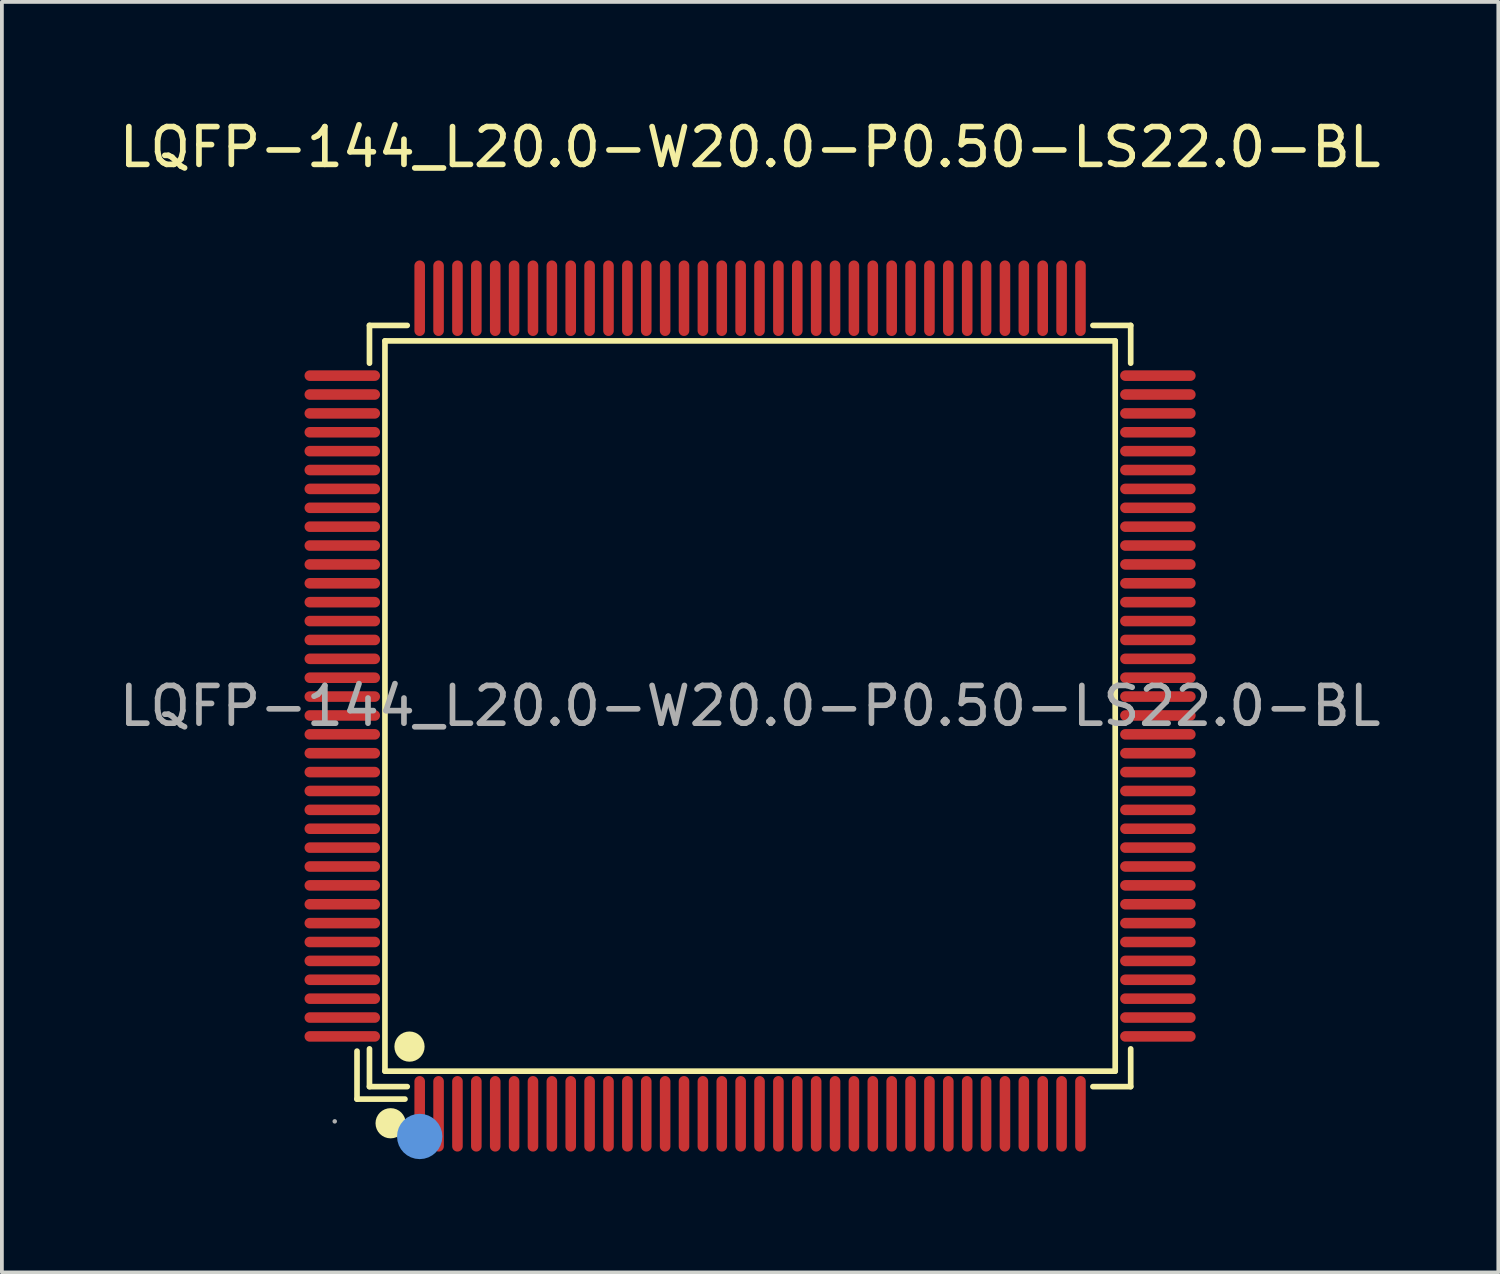
<source format=kicad_pcb>
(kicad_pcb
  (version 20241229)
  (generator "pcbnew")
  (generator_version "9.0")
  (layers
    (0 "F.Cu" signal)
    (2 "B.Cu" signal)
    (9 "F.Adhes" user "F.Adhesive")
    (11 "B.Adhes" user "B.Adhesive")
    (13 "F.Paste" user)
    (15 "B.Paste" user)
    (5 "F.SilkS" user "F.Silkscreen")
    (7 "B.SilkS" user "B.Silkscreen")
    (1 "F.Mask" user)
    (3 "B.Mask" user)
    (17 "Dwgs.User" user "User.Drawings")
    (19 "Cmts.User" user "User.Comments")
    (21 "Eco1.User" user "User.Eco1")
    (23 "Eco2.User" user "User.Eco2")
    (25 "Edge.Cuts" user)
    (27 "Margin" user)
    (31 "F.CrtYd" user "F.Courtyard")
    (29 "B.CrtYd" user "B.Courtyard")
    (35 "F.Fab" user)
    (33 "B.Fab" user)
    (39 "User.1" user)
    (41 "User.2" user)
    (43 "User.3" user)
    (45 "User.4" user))
  (footprint "LQFP-144_L20.0-W20.0-P0.50-LS22.0-BL"
    (layer "F.Cu")
    (at 16.815 15.648)
    (property "Reference" "LQFP-144_L20.0-W20.0-P0.50-LS22.0-BL" (at 0 -14.8 0) (layer "F.SilkS") (effects (font (size 1 1) (thickness 0.15))))
    (attr through_hole)
    (fp_line (start -10.41 9.14) (end -10.41 10.41) (stroke (width 0.15) (type solid)) (layer "F.SilkS"))
    (fp_line (start -10.41 10.41) (end -9.14 10.41) (stroke (width 0.15) (type solid)) (layer "F.SilkS"))
    (fp_line (start -10.08 -10.08) (end -9.08 -10.08) (stroke (width 0.15) (type solid)) (layer "F.SilkS"))
    (fp_line (start -10.08 -9.08) (end -10.08 -10.08) (stroke (width 0.15) (type solid)) (layer "F.SilkS"))
    (fp_line (start -10.08 9.08) (end -10.08 10.08) (stroke (width 0.15) (type solid)) (layer "F.SilkS"))
    (fp_line (start -10.08 10.08) (end -9.08 10.08) (stroke (width 0.15) (type solid)) (layer "F.SilkS"))
    (fp_line (start -9.67 -9.67) (end 9.67 -9.67) (stroke (width 0.15) (type solid)) (layer "F.SilkS"))
    (fp_line (start -9.67 9.67) (end -9.67 -9.67) (stroke (width 0.15) (type solid)) (layer "F.SilkS"))
    (fp_line (start 9.67 -9.67) (end 9.67 9.67) (stroke (width 0.15) (type solid)) (layer "F.SilkS"))
    (fp_line (start 9.67 9.67) (end -9.67 9.67) (stroke (width 0.15) (type solid)) (layer "F.SilkS"))
    (fp_line (start 10.08 -10.08) (end 9.08 -10.08) (stroke (width 0.15) (type solid)) (layer "F.SilkS"))
    (fp_line (start 10.08 -9.08) (end 10.08 -10.08) (stroke (width 0.15) (type solid)) (layer "F.SilkS"))
    (fp_line (start 10.08 9.08) (end 10.08 10.08) (stroke (width 0.15) (type solid)) (layer "F.SilkS"))
    (fp_line (start 10.08 10.08) (end 9.08 10.08) (stroke (width 0.15) (type solid)) (layer "F.SilkS"))
    (fp_circle (center -9.52 11.05) (end -9.32 11.05) (stroke (width 0.4) (type solid)) (fill no) (layer "F.SilkS"))
    (fp_circle (center -9.02 9.02) (end -8.82 9.02) (stroke (width 0.4) (type solid)) (fill no) (layer "F.SilkS"))
    (fp_circle (center -8.75 11.4) (end -8.45 11.4) (stroke (width 0.6) (type solid)) (fill no) (layer "Cmts.User"))
    (fp_circle (center -11 11) (end -10.97 11) (stroke (width 0.06) (type solid)) (fill no) (layer "F.Fab"))
    (fp_text user "${REFERENCE}" (at 0 0 0) (layer "F.Fab") (effects (font (size 1 1) (thickness 0.15))))
    (pad "1" smd oval (at -8.75 10.8) (size 0.28 2) (layers "F.Cu" "F.Mask" "F.Paste"))
    (pad "2" smd oval (at -8.25 10.8) (size 0.28 2) (layers "F.Cu" "F.Mask" "F.Paste"))
    (pad "3" smd oval (at -7.75 10.8) (size 0.28 2) (layers "F.Cu" "F.Mask" "F.Paste"))
    (pad "4" smd oval (at -7.25 10.8) (size 0.28 2) (layers "F.Cu" "F.Mask" "F.Paste"))
    (pad "5" smd oval (at -6.75 10.8) (size 0.28 2) (layers "F.Cu" "F.Mask" "F.Paste"))
    (pad "6" smd oval (at -6.25 10.8) (size 0.28 2) (layers "F.Cu" "F.Mask" "F.Paste"))
    (pad "7" smd oval (at -5.75 10.8) (size 0.28 2) (layers "F.Cu" "F.Mask" "F.Paste"))
    (pad "8" smd oval (at -5.25 10.8) (size 0.28 2) (layers "F.Cu" "F.Mask" "F.Paste"))
    (pad "9" smd oval (at -4.75 10.8) (size 0.28 2) (layers "F.Cu" "F.Mask" "F.Paste"))
    (pad "10" smd oval (at -4.25 10.8) (size 0.28 2) (layers "F.Cu" "F.Mask" "F.Paste"))
    (pad "11" smd oval (at -3.75 10.8) (size 0.28 2) (layers "F.Cu" "F.Mask" "F.Paste"))
    (pad "12" smd oval (at -3.25 10.8) (size 0.28 2) (layers "F.Cu" "F.Mask" "F.Paste"))
    (pad "13" smd oval (at -2.75 10.8) (size 0.28 2) (layers "F.Cu" "F.Mask" "F.Paste"))
    (pad "14" smd oval (at -2.25 10.8) (size 0.28 2) (layers "F.Cu" "F.Mask" "F.Paste"))
    (pad "15" smd oval (at -1.75 10.8) (size 0.28 2) (layers "F.Cu" "F.Mask" "F.Paste"))
    (pad "16" smd oval (at -1.25 10.8) (size 0.28 2) (layers "F.Cu" "F.Mask" "F.Paste"))
    (pad "17" smd oval (at -0.75 10.8) (size 0.28 2) (layers "F.Cu" "F.Mask" "F.Paste"))
    (pad "18" smd oval (at -0.25 10.8) (size 0.28 2) (layers "F.Cu" "F.Mask" "F.Paste"))
    (pad "19" smd oval (at 0.25 10.8) (size 0.28 2) (layers "F.Cu" "F.Mask" "F.Paste"))
    (pad "20" smd oval (at 0.75 10.8) (size 0.28 2) (layers "F.Cu" "F.Mask" "F.Paste"))
    (pad "21" smd oval (at 1.25 10.8) (size 0.28 2) (layers "F.Cu" "F.Mask" "F.Paste"))
    (pad "22" smd oval (at 1.75 10.8) (size 0.28 2) (layers "F.Cu" "F.Mask" "F.Paste"))
    (pad "23" smd oval (at 2.25 10.8) (size 0.28 2) (layers "F.Cu" "F.Mask" "F.Paste"))
    (pad "24" smd oval (at 2.75 10.8) (size 0.28 2) (layers "F.Cu" "F.Mask" "F.Paste"))
    (pad "25" smd oval (at 3.25 10.8) (size 0.28 2) (layers "F.Cu" "F.Mask" "F.Paste"))
    (pad "26" smd oval (at 3.75 10.8) (size 0.28 2) (layers "F.Cu" "F.Mask" "F.Paste"))
    (pad "27" smd oval (at 4.25 10.8) (size 0.28 2) (layers "F.Cu" "F.Mask" "F.Paste"))
    (pad "28" smd oval (at 4.75 10.8) (size 0.28 2) (layers "F.Cu" "F.Mask" "F.Paste"))
    (pad "29" smd oval (at 5.25 10.8) (size 0.28 2) (layers "F.Cu" "F.Mask" "F.Paste"))
    (pad "30" smd oval (at 5.75 10.8) (size 0.28 2) (layers "F.Cu" "F.Mask" "F.Paste"))
    (pad "31" smd oval (at 6.25 10.8) (size 0.28 2) (layers "F.Cu" "F.Mask" "F.Paste"))
    (pad "32" smd oval (at 6.75 10.8) (size 0.28 2) (layers "F.Cu" "F.Mask" "F.Paste"))
    (pad "33" smd oval (at 7.25 10.8) (size 0.28 2) (layers "F.Cu" "F.Mask" "F.Paste"))
    (pad "34" smd oval (at 7.75 10.8) (size 0.28 2) (layers "F.Cu" "F.Mask" "F.Paste"))
    (pad "35" smd oval (at 8.25 10.8) (size 0.28 2) (layers "F.Cu" "F.Mask" "F.Paste"))
    (pad "36" smd oval (at 8.75 10.8) (size 0.28 2) (layers "F.Cu" "F.Mask" "F.Paste"))
    (pad "37" smd oval (at 10.8 8.75) (size 2 0.28) (layers "F.Cu" "F.Mask" "F.Paste"))
    (pad "38" smd oval (at 10.8 8.25) (size 2 0.28) (layers "F.Cu" "F.Mask" "F.Paste"))
    (pad "39" smd oval (at 10.8 7.75) (size 2 0.28) (layers "F.Cu" "F.Mask" "F.Paste"))
    (pad "40" smd oval (at 10.8 7.25) (size 2 0.28) (layers "F.Cu" "F.Mask" "F.Paste"))
    (pad "41" smd oval (at 10.8 6.75) (size 2 0.28) (layers "F.Cu" "F.Mask" "F.Paste"))
    (pad "42" smd oval (at 10.8 6.25) (size 2 0.28) (layers "F.Cu" "F.Mask" "F.Paste"))
    (pad "43" smd oval (at 10.8 5.75) (size 2 0.28) (layers "F.Cu" "F.Mask" "F.Paste"))
    (pad "44" smd oval (at 10.8 5.25) (size 2 0.28) (layers "F.Cu" "F.Mask" "F.Paste"))
    (pad "45" smd oval (at 10.8 4.75) (size 2 0.28) (layers "F.Cu" "F.Mask" "F.Paste"))
    (pad "46" smd oval (at 10.8 4.25) (size 2 0.28) (layers "F.Cu" "F.Mask" "F.Paste"))
    (pad "47" smd oval (at 10.8 3.75) (size 2 0.28) (layers "F.Cu" "F.Mask" "F.Paste"))
    (pad "48" smd oval (at 10.8 3.25) (size 2 0.28) (layers "F.Cu" "F.Mask" "F.Paste"))
    (pad "49" smd oval (at 10.8 2.75) (size 2 0.28) (layers "F.Cu" "F.Mask" "F.Paste"))
    (pad "50" smd oval (at 10.8 2.25) (size 2 0.28) (layers "F.Cu" "F.Mask" "F.Paste"))
    (pad "51" smd oval (at 10.8 1.75) (size 2 0.28) (layers "F.Cu" "F.Mask" "F.Paste"))
    (pad "52" smd oval (at 10.8 1.25) (size 2 0.28) (layers "F.Cu" "F.Mask" "F.Paste"))
    (pad "53" smd oval (at 10.8 0.75) (size 2 0.28) (layers "F.Cu" "F.Mask" "F.Paste"))
    (pad "54" smd oval (at 10.8 0.25) (size 2 0.28) (layers "F.Cu" "F.Mask" "F.Paste"))
    (pad "55" smd oval (at 10.8 -0.25) (size 2 0.28) (layers "F.Cu" "F.Mask" "F.Paste"))
    (pad "56" smd oval (at 10.8 -0.75) (size 2 0.28) (layers "F.Cu" "F.Mask" "F.Paste"))
    (pad "57" smd oval (at 10.8 -1.25) (size 2 0.28) (layers "F.Cu" "F.Mask" "F.Paste"))
    (pad "58" smd oval (at 10.8 -1.75) (size 2 0.28) (layers "F.Cu" "F.Mask" "F.Paste"))
    (pad "59" smd oval (at 10.8 -2.25) (size 2 0.28) (layers "F.Cu" "F.Mask" "F.Paste"))
    (pad "60" smd oval (at 10.8 -2.75) (size 2 0.28) (layers "F.Cu" "F.Mask" "F.Paste"))
    (pad "61" smd oval (at 10.8 -3.25) (size 2 0.28) (layers "F.Cu" "F.Mask" "F.Paste"))
    (pad "62" smd oval (at 10.8 -3.75) (size 2 0.28) (layers "F.Cu" "F.Mask" "F.Paste"))
    (pad "63" smd oval (at 10.8 -4.25) (size 2 0.28) (layers "F.Cu" "F.Mask" "F.Paste"))
    (pad "64" smd oval (at 10.8 -4.75) (size 2 0.28) (layers "F.Cu" "F.Mask" "F.Paste"))
    (pad "65" smd oval (at 10.8 -5.25) (size 2 0.28) (layers "F.Cu" "F.Mask" "F.Paste"))
    (pad "66" smd oval (at 10.8 -5.75) (size 2 0.28) (layers "F.Cu" "F.Mask" "F.Paste"))
    (pad "67" smd oval (at 10.8 -6.25) (size 2 0.28) (layers "F.Cu" "F.Mask" "F.Paste"))
    (pad "68" smd oval (at 10.8 -6.75) (size 2 0.28) (layers "F.Cu" "F.Mask" "F.Paste"))
    (pad "69" smd oval (at 10.8 -7.25) (size 2 0.28) (layers "F.Cu" "F.Mask" "F.Paste"))
    (pad "70" smd oval (at 10.8 -7.75) (size 2 0.28) (layers "F.Cu" "F.Mask" "F.Paste"))
    (pad "71" smd oval (at 10.8 -8.25) (size 2 0.28) (layers "F.Cu" "F.Mask" "F.Paste"))
    (pad "72" smd oval (at 10.8 -8.75) (size 2 0.28) (layers "F.Cu" "F.Mask" "F.Paste"))
    (pad "73" smd oval (at 8.75 -10.8) (size 0.28 2) (layers "F.Cu" "F.Mask" "F.Paste"))
    (pad "74" smd oval (at 8.25 -10.8) (size 0.28 2) (layers "F.Cu" "F.Mask" "F.Paste"))
    (pad "75" smd oval (at 7.75 -10.8) (size 0.28 2) (layers "F.Cu" "F.Mask" "F.Paste"))
    (pad "76" smd oval (at 7.25 -10.8) (size 0.28 2) (layers "F.Cu" "F.Mask" "F.Paste"))
    (pad "77" smd oval (at 6.75 -10.8) (size 0.28 2) (layers "F.Cu" "F.Mask" "F.Paste"))
    (pad "78" smd oval (at 6.25 -10.8) (size 0.28 2) (layers "F.Cu" "F.Mask" "F.Paste"))
    (pad "79" smd oval (at 5.75 -10.8) (size 0.28 2) (layers "F.Cu" "F.Mask" "F.Paste"))
    (pad "80" smd oval (at 5.25 -10.8) (size 0.28 2) (layers "F.Cu" "F.Mask" "F.Paste"))
    (pad "81" smd oval (at 4.75 -10.8) (size 0.28 2) (layers "F.Cu" "F.Mask" "F.Paste"))
    (pad "82" smd oval (at 4.25 -10.8) (size 0.28 2) (layers "F.Cu" "F.Mask" "F.Paste"))
    (pad "83" smd oval (at 3.75 -10.8) (size 0.28 2) (layers "F.Cu" "F.Mask" "F.Paste"))
    (pad "84" smd oval (at 3.25 -10.8) (size 0.28 2) (layers "F.Cu" "F.Mask" "F.Paste"))
    (pad "85" smd oval (at 2.75 -10.8) (size 0.28 2) (layers "F.Cu" "F.Mask" "F.Paste"))
    (pad "86" smd oval (at 2.25 -10.8) (size 0.28 2) (layers "F.Cu" "F.Mask" "F.Paste"))
    (pad "87" smd oval (at 1.75 -10.8) (size 0.28 2) (layers "F.Cu" "F.Mask" "F.Paste"))
    (pad "88" smd oval (at 1.25 -10.8) (size 0.28 2) (layers "F.Cu" "F.Mask" "F.Paste"))
    (pad "89" smd oval (at 0.75 -10.8) (size 0.28 2) (layers "F.Cu" "F.Mask" "F.Paste"))
    (pad "90" smd oval (at 0.25 -10.8) (size 0.28 2) (layers "F.Cu" "F.Mask" "F.Paste"))
    (pad "91" smd oval (at -0.25 -10.8) (size 0.28 2) (layers "F.Cu" "F.Mask" "F.Paste"))
    (pad "92" smd oval (at -0.75 -10.8) (size 0.28 2) (layers "F.Cu" "F.Mask" "F.Paste"))
    (pad "93" smd oval (at -1.25 -10.8) (size 0.28 2) (layers "F.Cu" "F.Mask" "F.Paste"))
    (pad "94" smd oval (at -1.75 -10.8) (size 0.28 2) (layers "F.Cu" "F.Mask" "F.Paste"))
    (pad "95" smd oval (at -2.25 -10.8) (size 0.28 2) (layers "F.Cu" "F.Mask" "F.Paste"))
    (pad "96" smd oval (at -2.75 -10.8) (size 0.28 2) (layers "F.Cu" "F.Mask" "F.Paste"))
    (pad "97" smd oval (at -3.25 -10.8) (size 0.28 2) (layers "F.Cu" "F.Mask" "F.Paste"))
    (pad "98" smd oval (at -3.75 -10.8) (size 0.28 2) (layers "F.Cu" "F.Mask" "F.Paste"))
    (pad "99" smd oval (at -4.25 -10.8) (size 0.28 2) (layers "F.Cu" "F.Mask" "F.Paste"))
    (pad "100" smd oval (at -4.75 -10.8) (size 0.28 2) (layers "F.Cu" "F.Mask" "F.Paste"))
    (pad "101" smd oval (at -5.25 -10.8) (size 0.28 2) (layers "F.Cu" "F.Mask" "F.Paste"))
    (pad "102" smd oval (at -5.75 -10.8) (size 0.28 2) (layers "F.Cu" "F.Mask" "F.Paste"))
    (pad "103" smd oval (at -6.25 -10.8) (size 0.28 2) (layers "F.Cu" "F.Mask" "F.Paste"))
    (pad "104" smd oval (at -6.75 -10.8) (size 0.28 2) (layers "F.Cu" "F.Mask" "F.Paste"))
    (pad "105" smd oval (at -7.25 -10.8) (size 0.28 2) (layers "F.Cu" "F.Mask" "F.Paste"))
    (pad "106" smd oval (at -7.75 -10.8) (size 0.28 2) (layers "F.Cu" "F.Mask" "F.Paste"))
    (pad "107" smd oval (at -8.25 -10.8) (size 0.28 2) (layers "F.Cu" "F.Mask" "F.Paste"))
    (pad "108" smd oval (at -8.75 -10.8) (size 0.28 2) (layers "F.Cu" "F.Mask" "F.Paste"))
    (pad "109" smd oval (at -10.8 -8.75) (size 2 0.28) (layers "F.Cu" "F.Mask" "F.Paste"))
    (pad "110" smd oval (at -10.8 -8.25) (size 2 0.28) (layers "F.Cu" "F.Mask" "F.Paste"))
    (pad "111" smd oval (at -10.8 -7.75) (size 2 0.28) (layers "F.Cu" "F.Mask" "F.Paste"))
    (pad "112" smd oval (at -10.8 -7.25) (size 2 0.28) (layers "F.Cu" "F.Mask" "F.Paste"))
    (pad "113" smd oval (at -10.8 -6.75) (size 2 0.28) (layers "F.Cu" "F.Mask" "F.Paste"))
    (pad "114" smd oval (at -10.8 -6.25) (size 2 0.28) (layers "F.Cu" "F.Mask" "F.Paste"))
    (pad "115" smd oval (at -10.8 -5.75) (size 2 0.28) (layers "F.Cu" "F.Mask" "F.Paste"))
    (pad "116" smd oval (at -10.8 -5.25) (size 2 0.28) (layers "F.Cu" "F.Mask" "F.Paste"))
    (pad "117" smd oval (at -10.8 -4.75) (size 2 0.28) (layers "F.Cu" "F.Mask" "F.Paste"))
    (pad "118" smd oval (at -10.8 -4.25) (size 2 0.28) (layers "F.Cu" "F.Mask" "F.Paste"))
    (pad "119" smd oval (at -10.8 -3.75) (size 2 0.28) (layers "F.Cu" "F.Mask" "F.Paste"))
    (pad "120" smd oval (at -10.8 -3.25) (size 2 0.28) (layers "F.Cu" "F.Mask" "F.Paste"))
    (pad "121" smd oval (at -10.8 -2.75) (size 2 0.28) (layers "F.Cu" "F.Mask" "F.Paste"))
    (pad "122" smd oval (at -10.8 -2.25) (size 2 0.28) (layers "F.Cu" "F.Mask" "F.Paste"))
    (pad "123" smd oval (at -10.8 -1.75) (size 2 0.28) (layers "F.Cu" "F.Mask" "F.Paste"))
    (pad "124" smd oval (at -10.8 -1.25) (size 2 0.28) (layers "F.Cu" "F.Mask" "F.Paste"))
    (pad "125" smd oval (at -10.8 -0.75) (size 2 0.28) (layers "F.Cu" "F.Mask" "F.Paste"))
    (pad "126" smd oval (at -10.8 -0.25) (size 2 0.28) (layers "F.Cu" "F.Mask" "F.Paste"))
    (pad "127" smd oval (at -10.8 0.25) (size 2 0.28) (layers "F.Cu" "F.Mask" "F.Paste"))
    (pad "128" smd oval (at -10.8 0.75) (size 2 0.28) (layers "F.Cu" "F.Mask" "F.Paste"))
    (pad "129" smd oval (at -10.8 1.25) (size 2 0.28) (layers "F.Cu" "F.Mask" "F.Paste"))
    (pad "130" smd oval (at -10.8 1.75) (size 2 0.28) (layers "F.Cu" "F.Mask" "F.Paste"))
    (pad "131" smd oval (at -10.8 2.25) (size 2 0.28) (layers "F.Cu" "F.Mask" "F.Paste"))
    (pad "132" smd oval (at -10.8 2.75) (size 2 0.28) (layers "F.Cu" "F.Mask" "F.Paste"))
    (pad "133" smd oval (at -10.8 3.25) (size 2 0.28) (layers "F.Cu" "F.Mask" "F.Paste"))
    (pad "134" smd oval (at -10.8 3.75) (size 2 0.28) (layers "F.Cu" "F.Mask" "F.Paste"))
    (pad "135" smd oval (at -10.8 4.25) (size 2 0.28) (layers "F.Cu" "F.Mask" "F.Paste"))
    (pad "136" smd oval (at -10.8 4.75) (size 2 0.28) (layers "F.Cu" "F.Mask" "F.Paste"))
    (pad "137" smd oval (at -10.8 5.25) (size 2 0.28) (layers "F.Cu" "F.Mask" "F.Paste"))
    (pad "138" smd oval (at -10.8 5.75) (size 2 0.28) (layers "F.Cu" "F.Mask" "F.Paste"))
    (pad "139" smd oval (at -10.8 6.25) (size 2 0.28) (layers "F.Cu" "F.Mask" "F.Paste"))
    (pad "140" smd oval (at -10.8 6.75) (size 2 0.28) (layers "F.Cu" "F.Mask" "F.Paste"))
    (pad "141" smd oval (at -10.8 7.25) (size 2 0.28) (layers "F.Cu" "F.Mask" "F.Paste"))
    (pad "142" smd oval (at -10.8 7.75) (size 2 0.28) (layers "F.Cu" "F.Mask" "F.Paste"))
    (pad "143" smd oval (at -10.8 8.25) (size 2 0.28) (layers "F.Cu" "F.Mask" "F.Paste"))
    (pad "144" smd oval (at -10.8 8.75) (size 2 0.28) (layers "F.Cu" "F.Mask" "F.Paste")))
  (gr_rect
    (start -3 -3)
    (end 36.631 30.648)
    (stroke (width 0.1) (type default))
    (fill no)
    (layer "Edge.Cuts")))
</source>
